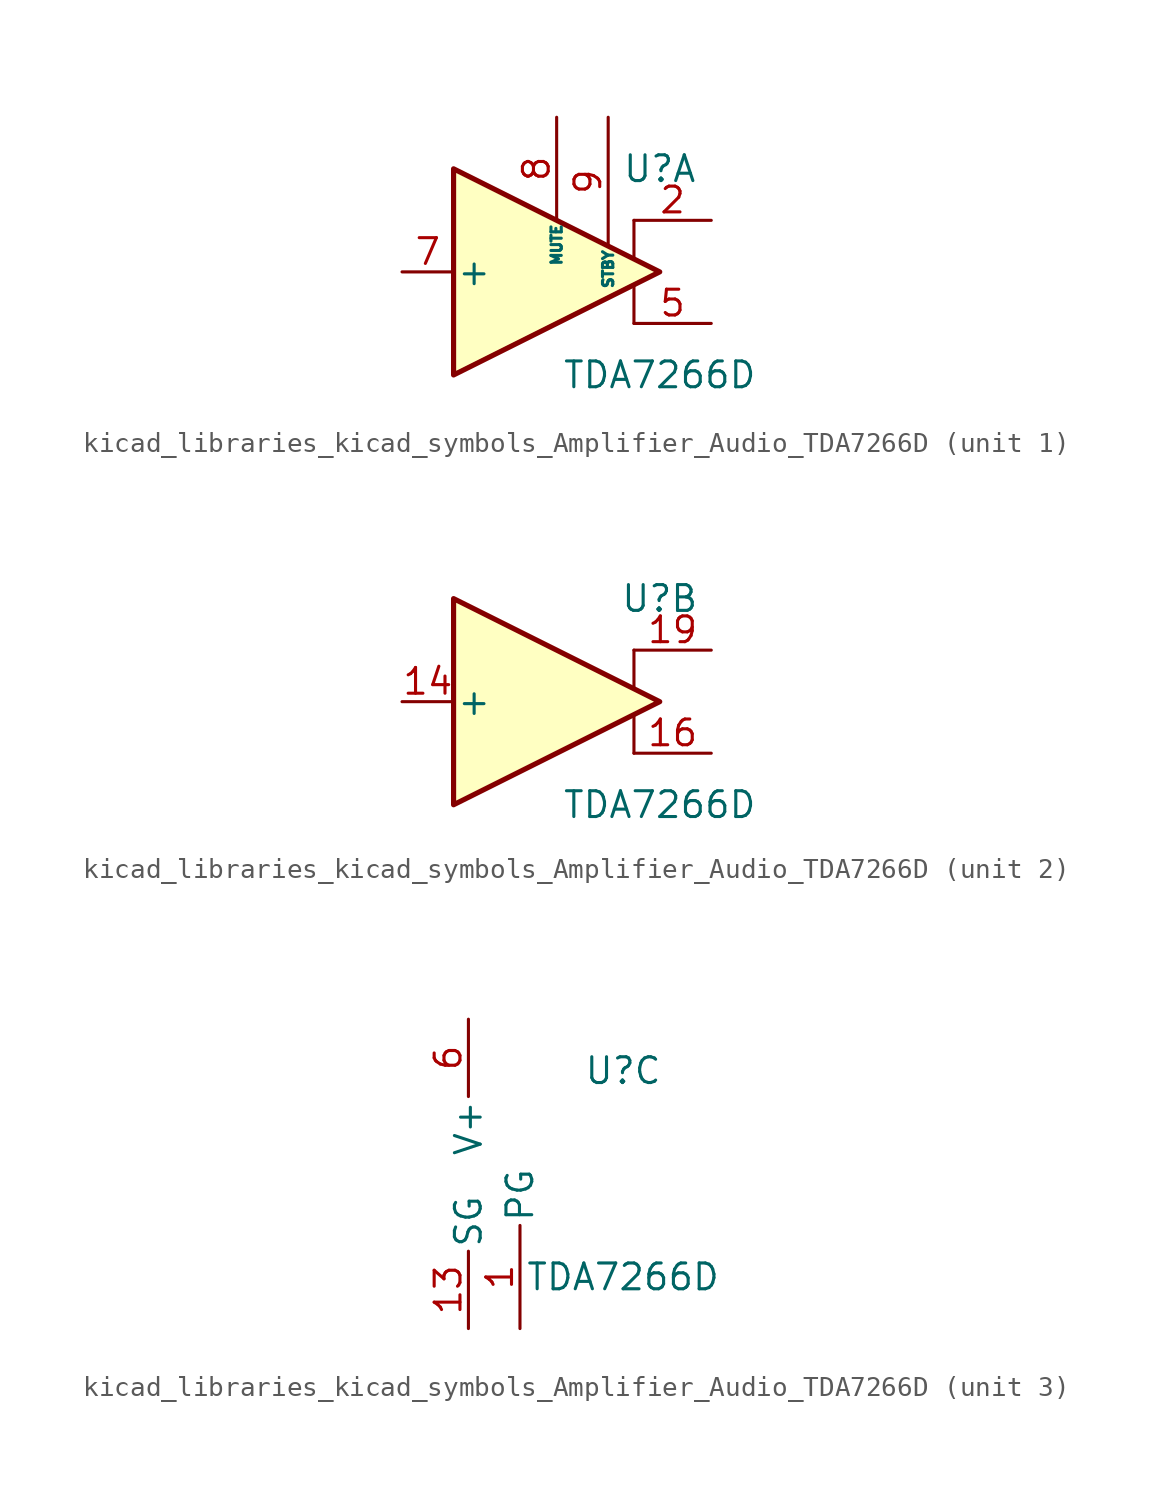
<source format=kicad_sym>
(kicad_symbol_lib
  (version 20220914)
  (generator kicad_symbol_editor)
  (symbol "kicad_libraries_kicad_symbols_Amplifier_Audio_TDA7266D"
    (pin_names
      (offset 0.127))
    (property "Reference" "U"
      (at 5.08 5.08 0)
      (effects (font (size 1.27 1.27))))
    (property "Value" "TDA7266D"
      (at 5.08 -5.08 0)
      (effects (font (size 1.27 1.27))))
    (property "ki_locked" ""
      (at 0 0 0)
      (effects (font (size 1.27 1.27))))
    (symbol "kicad_libraries_kicad_symbols_Amplifier_Audio_TDA7266D_1_1"
      (polyline (pts (xy 3.81 -0.635) (xy 3.81 -2.54)) (stroke (width 0) (type default)) (fill (type none)))
      (polyline (pts (xy 3.81 2.54) (xy 3.81 0.635)) (stroke (width 0) (type default)) (fill (type none)))
      (polyline (pts (xy 5.08 0) (xy -5.08 5.08) (xy -5.08 -5.08) (xy 5.08 0)) (stroke (width 0.254) (type default)) (fill (type background)))
      (pin no_connect line (at -2.54 3.81 270) (length 2.54) hide (name "NC" (effects (font (size 1.27 1.27)))) (number "12" (effects (font (size 1.27 1.27)))))
      (pin no_connect line (at -5.08 -5.08 90) (length 2.54) hide (name "NC" (effects (font (size 1.27 1.27)))) (number "17" (effects (font (size 1.27 1.27)))))
      (pin no_connect line (at 0 -2.54 90) (length 2.54) hide (name "NC" (effects (font (size 1.27 1.27)))) (number "18" (effects (font (size 1.27 1.27)))))
      (pin output line (at 7.62 2.54 180) (length 3.81) (name "~" (effects (font (size 1.27 1.27)))) (number "2" (effects (font (size 1.27 1.27)))))
      (pin no_connect line (at -5.08 5.08 270) (length 2.54) hide (name "NC" (effects (font (size 1.27 1.27)))) (number "3" (effects (font (size 1.27 1.27)))))
      (pin no_connect line (at 0 2.54 270) (length 2.54) hide (name "NC" (effects (font (size 1.27 1.27)))) (number "4" (effects (font (size 1.27 1.27)))))
      (pin output line (at 7.62 -2.54 180) (length 3.81) (name "~" (effects (font (size 1.27 1.27)))) (number "5" (effects (font (size 1.27 1.27)))))
      (pin input line (at -7.62 0 0) (length 2.54) (name "+" (effects (font (size 1.27 1.27)))) (number "7" (effects (font (size 1.27 1.27)))))
      (pin input line (at 0 7.62 270) (length 5.08) (name "MUTE" (effects (font (size 0.508 0.508)))) (number "8" (effects (font (size 1.27 1.27)))))
      (pin input line (at 2.54 7.62 270) (length 6.35) (name "STBY" (effects (font (size 0.508 0.508)))) (number "9" (effects (font (size 1.27 1.27))))))
    (symbol "kicad_libraries_kicad_symbols_Amplifier_Audio_TDA7266D_2_1"
      (polyline (pts (xy 3.81 -0.635) (xy 3.81 -2.54)) (stroke (width 0) (type default)) (fill (type none)))
      (polyline (pts (xy 3.81 2.54) (xy 3.81 0.635)) (stroke (width 0) (type default)) (fill (type none)))
      (polyline (pts (xy 5.08 0) (xy -5.08 5.08) (xy -5.08 -5.08) (xy 5.08 0)) (stroke (width 0.254) (type default)) (fill (type background)))
      (pin input line (at -7.62 0 0) (length 2.54) (name "+" (effects (font (size 1.27 1.27)))) (number "14" (effects (font (size 1.27 1.27)))))
      (pin output line (at 7.62 -2.54 180) (length 3.81) (name "~" (effects (font (size 1.27 1.27)))) (number "16" (effects (font (size 1.27 1.27)))))
      (pin output line (at 7.62 2.54 180) (length 3.81) (name "~" (effects (font (size 1.27 1.27)))) (number "19" (effects (font (size 1.27 1.27))))))
    (symbol "kicad_libraries_kicad_symbols_Amplifier_Audio_TDA7266D_3_1"
      (pin power_in line (at 0 -7.62 90) (length 5.08) (name "PG" (effects (font (size 1.27 1.27)))) (number "1" (effects (font (size 1.27 1.27)))))
      (pin passive line (at 0 -7.62 90) (length 5.08) hide (name "PG" (effects (font (size 1.27 1.27)))) (number "10" (effects (font (size 1.27 1.27)))))
      (pin passive line (at 0 -7.62 90) (length 5.08) hide (name "PG" (effects (font (size 1.27 1.27)))) (number "11" (effects (font (size 1.27 1.27)))))
      (pin power_in line (at -2.54 -7.62 90) (length 3.81) (name "SG" (effects (font (size 1.27 1.27)))) (number "13" (effects (font (size 1.27 1.27)))))
      (pin passive line (at -2.54 7.62 270) (length 3.81) hide (name "V+" (effects (font (size 1.27 1.27)))) (number "15" (effects (font (size 1.27 1.27)))))
      (pin passive line (at 0 -7.62 90) (length 5.08) hide (name "PG" (effects (font (size 1.27 1.27)))) (number "20" (effects (font (size 1.27 1.27)))))
      (pin power_in line (at -2.54 7.62 270) (length 3.81) (name "V+" (effects (font (size 1.27 1.27)))) (number "6" (effects (font (size 1.27 1.27))))))))
</source>
